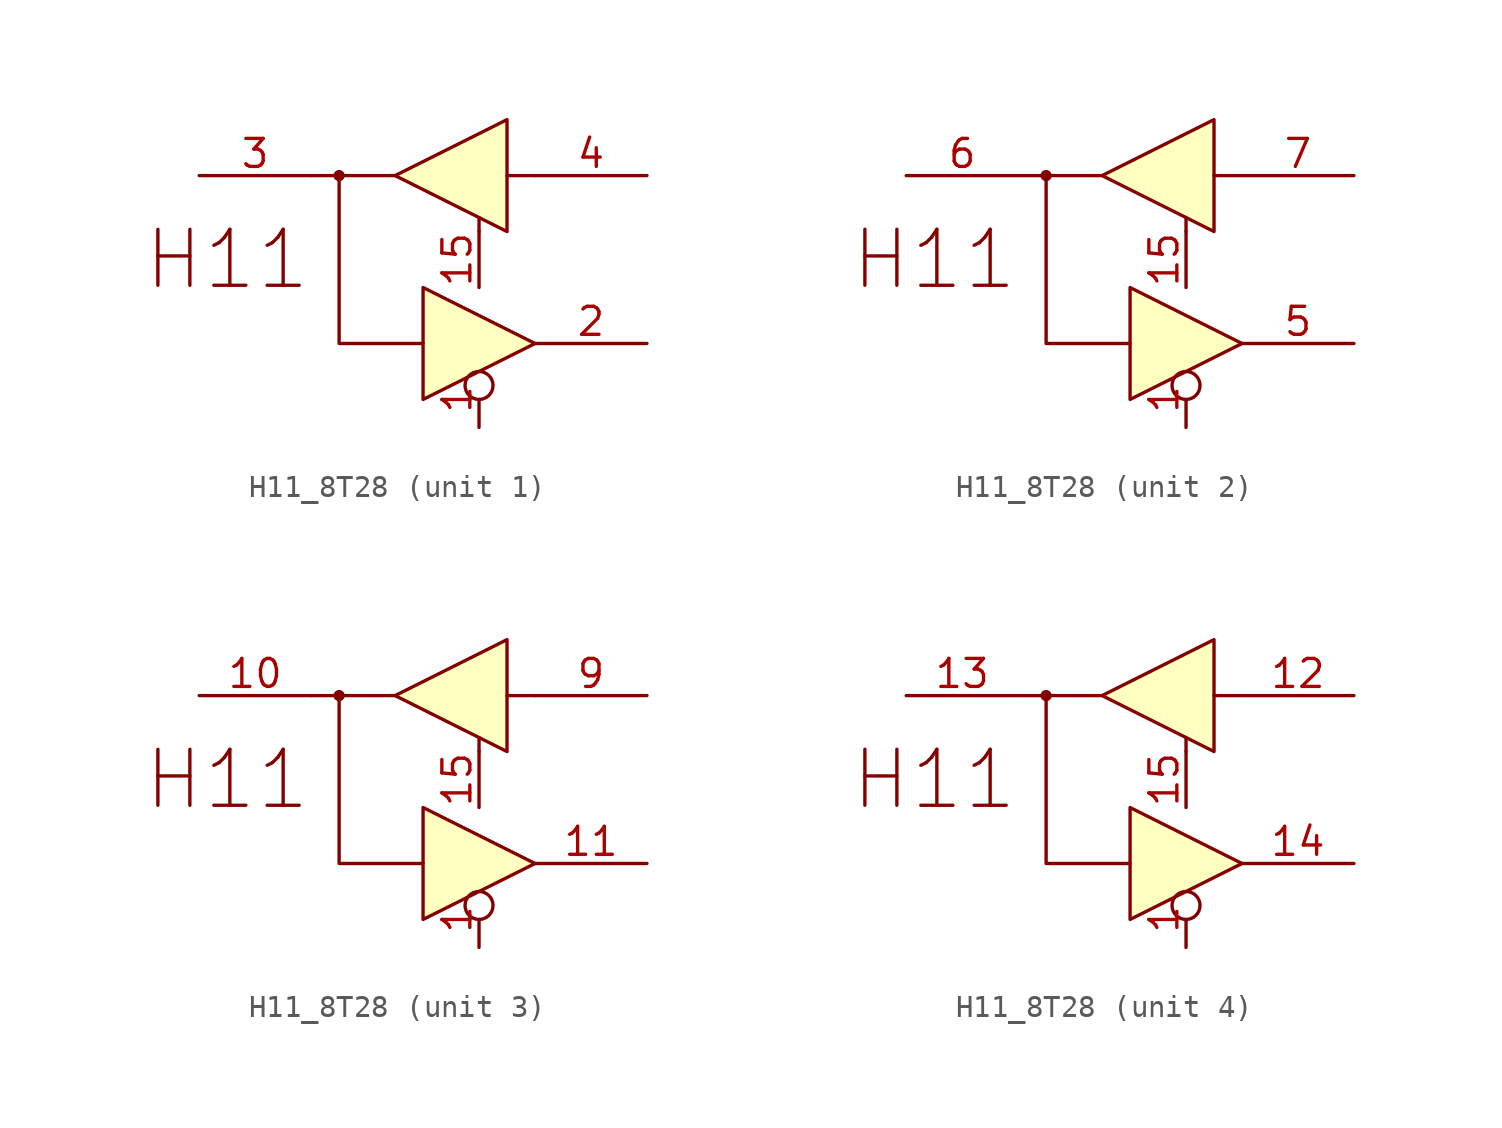
<source format=kicad_sym>
(kicad_symbol_lib
  (version 20211014)
  (generator kicad_symbol_editor)
  (symbol "H11_8T28"
    (property "Reference" "U"
      (at -19.05 16.51 0)
      (effects (font (size 1.27 1.27)) hide))
    (symbol "H11_8T28_0_0"
      (circle (center -6.35 0) (radius 0.18) (stroke (width 0) (type default) (color 0 0 0 0)) (fill (type outline)))
      (polyline (pts (xy -7.62 0) (xy -3.81 0)) (stroke (width 0) (type default) (color 0 0 0 0)) (fill (type none)))
      (polyline (pts (xy 2.54 0) (xy 1.27 0)) (stroke (width 0) (type default) (color 0 0 0 0)) (fill (type none)))
      (polyline (pts (xy -2.54 -7.62) (xy -6.35 -7.62) (xy -6.35 0)) (stroke (width 0) (type default) (color 0 0 0 0)) (fill (type none)))
      (polyline (pts (xy -3.81 0) (xy 1.27 2.54) (xy 1.27 -2.54) (xy -3.81 0)) (stroke (width 0) (type default) (color 0 0 0 0)) (fill (type background)))
      (polyline (pts (xy 2.54 -7.62) (xy -2.54 -10.16) (xy -2.54 -5.08) (xy 2.54 -7.62)) (stroke (width 0) (type default) (color 0 0 0 0)) (fill (type background)))
      (text "H11" (at -11.43 -3.81 0) (effects (font (size 2.54 2.54)))))
    (symbol "H11_8T28_0_1"
      (polyline (pts (xy 0 -2.54) (xy 0 -1.905)) (stroke (width 0) (type default) (color 0 0 0 0)) (fill (type none))))
    (symbol "H11_8T28_1_0"
      (pin passive inverted (at 0 -11.43 90) (length 2.54) (name "~" (effects (font (size 1.27 1.27)))) (number "1" (effects (font (size 1.27 1.27)))))
      (pin passive line (at 7.62 -7.62 180) (length 5.08) (name "~" (effects (font (size 1.27 1.27)))) (number "2" (effects (font (size 1.27 1.27)))))
      (pin passive line (at -12.7 0 0) (length 5.08) (name "~" (effects (font (size 1.27 1.27)))) (number "3" (effects (font (size 1.27 1.27)))))
      (pin passive line (at 7.62 0 180) (length 5.08) (name "~" (effects (font (size 1.27 1.27)))) (number "4" (effects (font (size 1.27 1.27))))))
    (symbol "H11_8T28_1_1"
      (pin input line (at 0 -5.08 90) (length 2.54) (name "" (effects (font (size 1.27 1.27)))) (number "15" (effects (font (size 1.27 1.27))))))
    (symbol "H11_8T28_2_0"
      (pin passive inverted (at 0 -11.43 90) (length 2.54) (name "~" (effects (font (size 1.27 1.27)))) (number "1" (effects (font (size 1.27 1.27)))))
      (pin passive line (at 7.62 -7.62 180) (length 5.08) (name "~" (effects (font (size 1.27 1.27)))) (number "5" (effects (font (size 1.27 1.27)))))
      (pin passive line (at -12.7 0 0) (length 5.08) (name "~" (effects (font (size 1.27 1.27)))) (number "6" (effects (font (size 1.27 1.27)))))
      (pin passive line (at 7.62 0 180) (length 5.08) (name "~" (effects (font (size 1.27 1.27)))) (number "7" (effects (font (size 1.27 1.27))))))
    (symbol "H11_8T28_2_1"
      (pin input line (at 0 -5.08 90) (length 2.54) (name "" (effects (font (size 1.27 1.27)))) (number "15" (effects (font (size 1.27 1.27))))))
    (symbol "H11_8T28_3_0"
      (pin passive inverted (at 0 -11.43 90) (length 2.54) (name "~" (effects (font (size 1.27 1.27)))) (number "1" (effects (font (size 1.27 1.27)))))
      (pin passive line (at -12.7 0 0) (length 5.08) (name "~" (effects (font (size 1.27 1.27)))) (number "10" (effects (font (size 1.27 1.27)))))
      (pin passive line (at 7.62 -7.62 180) (length 5.08) (name "~" (effects (font (size 1.27 1.27)))) (number "11" (effects (font (size 1.27 1.27)))))
      (pin passive line (at 7.62 0 180) (length 5.08) (name "~" (effects (font (size 1.27 1.27)))) (number "9" (effects (font (size 1.27 1.27))))))
    (symbol "H11_8T28_3_1"
      (pin input line (at 0 -5.08 90) (length 2.54) (name "" (effects (font (size 1.27 1.27)))) (number "15" (effects (font (size 1.27 1.27))))))
    (symbol "H11_8T28_4_0"
      (pin passive inverted (at 0 -11.43 90) (length 2.54) (name "~" (effects (font (size 1.27 1.27)))) (number "1" (effects (font (size 1.27 1.27)))))
      (pin passive line (at 7.62 0 180) (length 5.08) (name "~" (effects (font (size 1.27 1.27)))) (number "12" (effects (font (size 1.27 1.27)))))
      (pin passive line (at -12.7 0 0) (length 5.08) (name "~" (effects (font (size 1.27 1.27)))) (number "13" (effects (font (size 1.27 1.27)))))
      (pin passive line (at 7.62 -7.62 180) (length 5.08) (name "~" (effects (font (size 1.27 1.27)))) (number "14" (effects (font (size 1.27 1.27))))))
    (symbol "H11_8T28_4_1"
      (pin input line (at 0 -5.08 90) (length 2.54) (name "" (effects (font (size 1.27 1.27)))) (number "15" (effects (font (size 1.27 1.27))))))))
</source>
